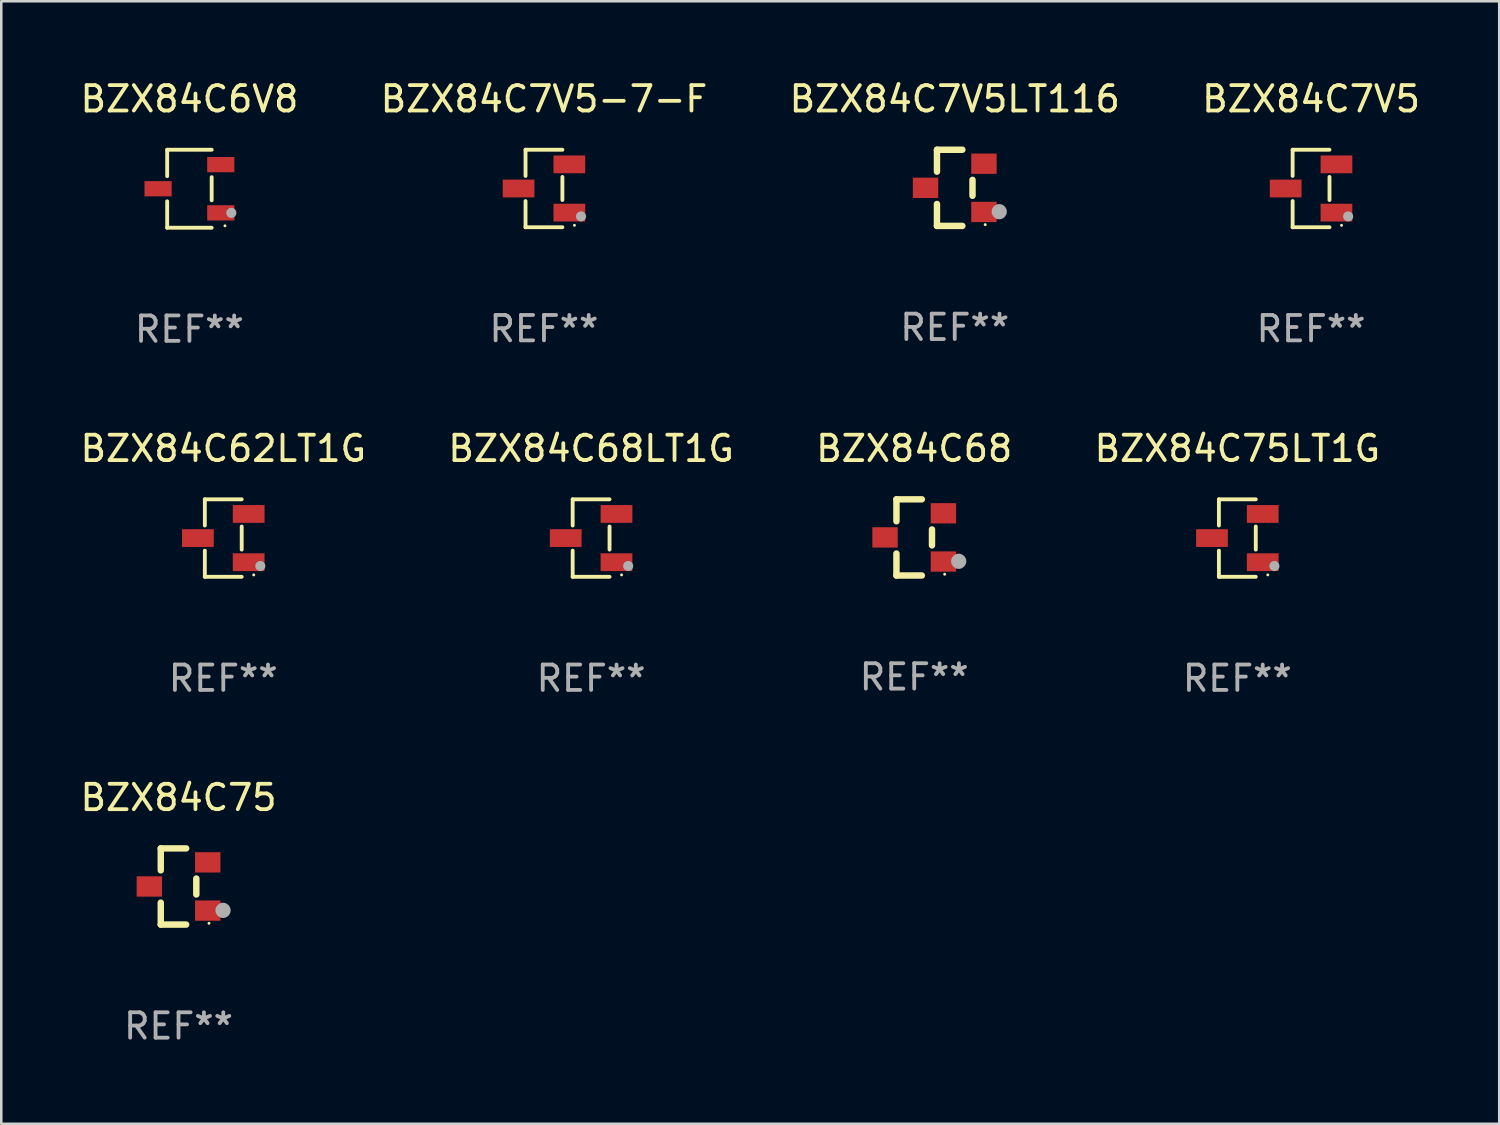
<source format=kicad_pcb>
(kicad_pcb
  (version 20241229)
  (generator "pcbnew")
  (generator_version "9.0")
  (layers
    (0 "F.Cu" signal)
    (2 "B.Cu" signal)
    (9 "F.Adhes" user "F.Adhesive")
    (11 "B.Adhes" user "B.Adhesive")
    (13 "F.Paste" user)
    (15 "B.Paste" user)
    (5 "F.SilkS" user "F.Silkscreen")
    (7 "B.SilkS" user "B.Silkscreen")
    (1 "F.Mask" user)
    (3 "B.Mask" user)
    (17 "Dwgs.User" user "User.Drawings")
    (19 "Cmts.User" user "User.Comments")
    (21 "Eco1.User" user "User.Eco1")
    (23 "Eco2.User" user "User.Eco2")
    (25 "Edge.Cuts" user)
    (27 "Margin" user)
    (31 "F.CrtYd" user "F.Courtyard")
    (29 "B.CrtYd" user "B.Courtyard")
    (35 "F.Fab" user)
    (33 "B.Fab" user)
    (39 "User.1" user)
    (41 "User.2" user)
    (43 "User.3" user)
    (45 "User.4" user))
  (footprint "BZX84C68"
    (layer "F.Cu")
    (at 32.958 18.117)
    (property "Reference" "BZX84C68" (at 0 -3.5 0) (layer "F.SilkS") (effects (font (size 1 1) (thickness 0.15))))
    (attr through_hole)
    (fp_line (start -0.7 -1.5) (end 0.3 -1.5) (stroke (width 0.254) (type solid)) (layer "F.SilkS"))
    (fp_line (start -0.7 -0.636) (end -0.7 -1.5) (stroke (width 0.254) (type solid)) (layer "F.SilkS"))
    (fp_line (start -0.7 1.5) (end -0.7 0.636) (stroke (width 0.254) (type solid)) (layer "F.SilkS"))
    (fp_line (start -0.7 1.5) (end 0.3 1.5) (stroke (width 0.254) (type solid)) (layer "F.SilkS"))
    (fp_line (start 0.7 0.314) (end 0.7 -0.314) (stroke (width 0.254) (type solid)) (layer "F.SilkS"))
    (fp_circle (center 1.2 1.45) (end 1.23 1.45) (stroke (width 0.06) (type solid)) (fill no) (layer "F.SilkS"))
    (fp_circle (center 1.753 0.94) (end 1.903 0.94) (stroke (width 0.3) (type solid)) (fill no) (layer "F.Fab"))
    (fp_text user "REF**" (at 0 5.5 0) (layer "F.Fab") (effects (font (size 1 1) (thickness 0.15))))
    (pad "1" smd rect (at 1.15 0.95 180) (size 1 0.8) (layers "F.Cu" "F.Mask" "F.Paste"))
    (pad "2" smd rect (at 1.15 -0.95 180) (size 1 0.8) (layers "F.Cu" "F.Mask" "F.Paste"))
    (pad "3" smd rect (at -1.15 -0.000051 180) (size 1 0.8) (layers "F.Cu" "F.Mask" "F.Paste")))
  (footprint "BZX84C62LT1G"
    (layer "F.Cu")
    (at 5.744 18.143)
    (property "Reference" "BZX84C62LT1G" (at 0 -3.526 0) (layer "F.SilkS") (effects (font (size 1 1) (thickness 0.15))))
    (attr through_hole)
    (fp_line (start -0.726 -1.526) (end -0.726 -0.495) (stroke (width 0.152) (type solid)) (layer "F.SilkS"))
    (fp_line (start -0.726 1.526) (end -0.726 0.495) (stroke (width 0.152) (type solid)) (layer "F.SilkS"))
    (fp_line (start 0.726 -1.526) (end -0.726 -1.526) (stroke (width 0.152) (type solid)) (layer "F.SilkS"))
    (fp_line (start 0.726 -0.455) (end 0.726 0.455) (stroke (width 0.152) (type solid)) (layer "F.SilkS"))
    (fp_line (start 0.726 1.526) (end -0.726 1.526) (stroke (width 0.152) (type solid)) (layer "F.SilkS"))
    (fp_circle (center 1.2 1.45) (end 1.23 1.45) (stroke (width 0.06) (type solid)) (fill no) (layer "F.SilkS"))
    (fp_circle (center 1.46 1.1) (end 1.56 1.1) (stroke (width 0.2) (type solid)) (fill no) (layer "F.Fab"))
    (fp_text user "REF**" (at 0 5.526 0) (layer "F.Fab") (effects (font (size 1 1) (thickness 0.15))))
    (pad "1" smd rect (at 1 0.95) (size 1.25 0.7) (layers "F.Cu" "F.Mask" "F.Paste"))
    (pad "2" smd rect (at 1 -0.95) (size 1.25 0.7) (layers "F.Cu" "F.Mask" "F.Paste"))
    (pad "3" smd rect (at -1 0) (size 1.25 0.7) (layers "F.Cu" "F.Mask" "F.Paste")))
  (footprint "BZX84C6V8"
    (layer "F.Cu")
    (at 4.411 4.384)
    (property "Reference" "BZX84C6V8" (at 0 -3.536 0) (layer "F.SilkS") (effects (font (size 1 1) (thickness 0.15))))
    (attr through_hole)
    (fp_line (start -0.876 -1.536) (end -0.876 -0.495) (stroke (width 0.152) (type solid)) (layer "F.SilkS"))
    (fp_line (start -0.876 1.536) (end -0.876 0.495) (stroke (width 0.152) (type solid)) (layer "F.SilkS"))
    (fp_line (start 0.876 -1.536) (end -0.876 -1.536) (stroke (width 0.152) (type solid)) (layer "F.SilkS"))
    (fp_line (start 0.876 -0.455) (end 0.876 0.455) (stroke (width 0.152) (type solid)) (layer "F.SilkS"))
    (fp_line (start 0.876 1.536) (end -0.876 1.536) (stroke (width 0.152) (type solid)) (layer "F.SilkS"))
    (fp_circle (center 1.4 1.46) (end 1.43 1.46) (stroke (width 0.06) (type solid)) (fill no) (layer "F.SilkS"))
    (fp_circle (center 1.651 0.95) (end 1.751 0.95) (stroke (width 0.2) (type solid)) (fill no) (layer "F.Fab"))
    (fp_text user "REF**" (at 0 5.536 0) (layer "F.Fab") (effects (font (size 1 1) (thickness 0.15))))
    (pad "1" smd rect (at 1.235 0.95) (size 1.07 0.6) (layers "F.Cu" "F.Mask" "F.Paste"))
    (pad "2" smd rect (at 1.235 -0.95) (size 1.07 0.6) (layers "F.Cu" "F.Mask" "F.Paste"))
    (pad "3" smd rect (at -1.235 0) (size 1.07 0.6) (layers "F.Cu" "F.Mask" "F.Paste")))
  (footprint "BZX84C7V5"
    (layer "F.Cu")
    (at 48.589 4.374)
    (property "Reference" "BZX84C7V5" (at 0 -3.526 0) (layer "F.SilkS") (effects (font (size 1 1) (thickness 0.15))))
    (attr through_hole)
    (fp_line (start -0.726 -1.526) (end -0.726 -0.495) (stroke (width 0.152) (type solid)) (layer "F.SilkS"))
    (fp_line (start -0.726 1.526) (end -0.726 0.495) (stroke (width 0.152) (type solid)) (layer "F.SilkS"))
    (fp_line (start 0.726 -1.526) (end -0.726 -1.526) (stroke (width 0.152) (type solid)) (layer "F.SilkS"))
    (fp_line (start 0.726 -0.455) (end 0.726 0.455) (stroke (width 0.152) (type solid)) (layer "F.SilkS"))
    (fp_line (start 0.726 1.526) (end -0.726 1.526) (stroke (width 0.152) (type solid)) (layer "F.SilkS"))
    (fp_circle (center 1.2 1.45) (end 1.23 1.45) (stroke (width 0.06) (type solid)) (fill no) (layer "F.SilkS"))
    (fp_circle (center 1.46 1.1) (end 1.56 1.1) (stroke (width 0.2) (type solid)) (fill no) (layer "F.Fab"))
    (fp_text user "REF**" (at 0 5.526 0) (layer "F.Fab") (effects (font (size 1 1) (thickness 0.15))))
    (pad "1" smd rect (at 1 0.95) (size 1.25 0.7) (layers "F.Cu" "F.Mask" "F.Paste"))
    (pad "2" smd rect (at 1 -0.95) (size 1.25 0.7) (layers "F.Cu" "F.Mask" "F.Paste"))
    (pad "3" smd rect (at -1 0) (size 1.25 0.7) (layers "F.Cu" "F.Mask" "F.Paste")))
  (footprint "BZX84C75LT1G"
    (layer "F.Cu")
    (at 45.685 18.143)
    (property "Reference" "BZX84C75LT1G" (at 0 -3.526 0) (layer "F.SilkS") (effects (font (size 1 1) (thickness 0.15))))
    (attr through_hole)
    (fp_line (start -0.726 -1.526) (end -0.726 -0.495) (stroke (width 0.152) (type solid)) (layer "F.SilkS"))
    (fp_line (start -0.726 1.526) (end -0.726 0.495) (stroke (width 0.152) (type solid)) (layer "F.SilkS"))
    (fp_line (start 0.726 -1.526) (end -0.726 -1.526) (stroke (width 0.152) (type solid)) (layer "F.SilkS"))
    (fp_line (start 0.726 -0.455) (end 0.726 0.455) (stroke (width 0.152) (type solid)) (layer "F.SilkS"))
    (fp_line (start 0.726 1.526) (end -0.726 1.526) (stroke (width 0.152) (type solid)) (layer "F.SilkS"))
    (fp_circle (center 1.2 1.45) (end 1.23 1.45) (stroke (width 0.06) (type solid)) (fill no) (layer "F.SilkS"))
    (fp_circle (center 1.46 1.1) (end 1.56 1.1) (stroke (width 0.2) (type solid)) (fill no) (layer "F.Fab"))
    (fp_text user "REF**" (at 0 5.526 0) (layer "F.Fab") (effects (font (size 1 1) (thickness 0.15))))
    (pad "1" smd rect (at 1 0.95) (size 1.25 0.7) (layers "F.Cu" "F.Mask" "F.Paste"))
    (pad "2" smd rect (at 1 -0.95) (size 1.25 0.7) (layers "F.Cu" "F.Mask" "F.Paste"))
    (pad "3" smd rect (at -1 0) (size 1.25 0.7) (layers "F.Cu" "F.Mask" "F.Paste")))
  (footprint "BZX84C7V5-7-F"
    (layer "F.Cu")
    (at 18.375 4.374)
    (property "Reference" "BZX84C7V5-7-F" (at 0 -3.526 0) (layer "F.SilkS") (effects (font (size 1 1) (thickness 0.15))))
    (attr through_hole)
    (fp_line (start -0.726 -1.526) (end -0.726 -0.495) (stroke (width 0.152) (type solid)) (layer "F.SilkS"))
    (fp_line (start -0.726 1.526) (end -0.726 0.495) (stroke (width 0.152) (type solid)) (layer "F.SilkS"))
    (fp_line (start 0.726 -1.526) (end -0.726 -1.526) (stroke (width 0.152) (type solid)) (layer "F.SilkS"))
    (fp_line (start 0.726 -0.455) (end 0.726 0.455) (stroke (width 0.152) (type solid)) (layer "F.SilkS"))
    (fp_line (start 0.726 1.526) (end -0.726 1.526) (stroke (width 0.152) (type solid)) (layer "F.SilkS"))
    (fp_circle (center 1.2 1.45) (end 1.23 1.45) (stroke (width 0.06) (type solid)) (fill no) (layer "F.SilkS"))
    (fp_circle (center 1.46 1.1) (end 1.56 1.1) (stroke (width 0.2) (type solid)) (fill no) (layer "F.Fab"))
    (fp_text user "REF**" (at 0 5.526 0) (layer "F.Fab") (effects (font (size 1 1) (thickness 0.15))))
    (pad "1" smd rect (at 1 0.95) (size 1.25 0.7) (layers "F.Cu" "F.Mask" "F.Paste"))
    (pad "2" smd rect (at 1 -0.95) (size 1.25 0.7) (layers "F.Cu" "F.Mask" "F.Paste"))
    (pad "3" smd rect (at -1 0) (size 1.25 0.7) (layers "F.Cu" "F.Mask" "F.Paste")))
  (footprint "BZX84C7V5LT116"
    (layer "F.Cu")
    (at 34.554 4.348)
    (property "Reference" "BZX84C7V5LT116" (at 0 -3.5 0) (layer "F.SilkS") (effects (font (size 1 1) (thickness 0.15))))
    (attr through_hole)
    (fp_line (start -0.7 -1.5) (end 0.3 -1.5) (stroke (width 0.254) (type solid)) (layer "F.SilkS"))
    (fp_line (start -0.7 -0.636) (end -0.7 -1.5) (stroke (width 0.254) (type solid)) (layer "F.SilkS"))
    (fp_line (start -0.7 1.5) (end -0.7 0.636) (stroke (width 0.254) (type solid)) (layer "F.SilkS"))
    (fp_line (start -0.7 1.5) (end 0.3 1.5) (stroke (width 0.254) (type solid)) (layer "F.SilkS"))
    (fp_line (start 0.7 0.314) (end 0.7 -0.314) (stroke (width 0.254) (type solid)) (layer "F.SilkS"))
    (fp_circle (center 1.2 1.45) (end 1.23 1.45) (stroke (width 0.06) (type solid)) (fill no) (layer "F.SilkS"))
    (fp_circle (center 1.753 0.94) (end 1.903 0.94) (stroke (width 0.3) (type solid)) (fill no) (layer "F.Fab"))
    (fp_text user "REF**" (at 0 5.5 0) (layer "F.Fab") (effects (font (size 1 1) (thickness 0.15))))
    (pad "1" smd rect (at 1.15 0.95 180) (size 1 0.8) (layers "F.Cu" "F.Mask" "F.Paste"))
    (pad "2" smd rect (at 1.15 -0.95 180) (size 1 0.8) (layers "F.Cu" "F.Mask" "F.Paste"))
    (pad "3" smd rect (at -1.15 -0.000051 180) (size 1 0.8) (layers "F.Cu" "F.Mask" "F.Paste")))
  (footprint "BZX84C75"
    (layer "F.Cu")
    (at 3.982 31.866)
    (property "Reference" "BZX84C75" (at 0 -3.5 0) (layer "F.SilkS") (effects (font (size 1 1) (thickness 0.15))))
    (attr through_hole)
    (fp_line (start -0.7 -1.5) (end 0.3 -1.5) (stroke (width 0.254) (type solid)) (layer "F.SilkS"))
    (fp_line (start -0.7 -0.636) (end -0.7 -1.5) (stroke (width 0.254) (type solid)) (layer "F.SilkS"))
    (fp_line (start -0.7 1.5) (end -0.7 0.636) (stroke (width 0.254) (type solid)) (layer "F.SilkS"))
    (fp_line (start -0.7 1.5) (end 0.3 1.5) (stroke (width 0.254) (type solid)) (layer "F.SilkS"))
    (fp_line (start 0.7 0.314) (end 0.7 -0.314) (stroke (width 0.254) (type solid)) (layer "F.SilkS"))
    (fp_circle (center 1.2 1.45) (end 1.23 1.45) (stroke (width 0.06) (type solid)) (fill no) (layer "F.SilkS"))
    (fp_circle (center 1.753 0.94) (end 1.903 0.94) (stroke (width 0.3) (type solid)) (fill no) (layer "F.Fab"))
    (fp_text user "REF**" (at 0 5.5 0) (layer "F.Fab") (effects (font (size 1 1) (thickness 0.15))))
    (pad "1" smd rect (at 1.15 0.95 180) (size 1 0.8) (layers "F.Cu" "F.Mask" "F.Paste"))
    (pad "2" smd rect (at 1.15 -0.95 180) (size 1 0.8) (layers "F.Cu" "F.Mask" "F.Paste"))
    (pad "3" smd rect (at -1.15 -0.000051 180) (size 1 0.8) (layers "F.Cu" "F.Mask" "F.Paste")))
  (footprint "BZX84C68LT1G"
    (layer "F.Cu")
    (at 20.232 18.143)
    (property "Reference" "BZX84C68LT1G" (at 0 -3.526 0) (layer "F.SilkS") (effects (font (size 1 1) (thickness 0.15))))
    (attr through_hole)
    (fp_line (start -0.726 -1.526) (end -0.726 -0.495) (stroke (width 0.152) (type solid)) (layer "F.SilkS"))
    (fp_line (start -0.726 1.526) (end -0.726 0.495) (stroke (width 0.152) (type solid)) (layer "F.SilkS"))
    (fp_line (start 0.726 -1.526) (end -0.726 -1.526) (stroke (width 0.152) (type solid)) (layer "F.SilkS"))
    (fp_line (start 0.726 -0.455) (end 0.726 0.455) (stroke (width 0.152) (type solid)) (layer "F.SilkS"))
    (fp_line (start 0.726 1.526) (end -0.726 1.526) (stroke (width 0.152) (type solid)) (layer "F.SilkS"))
    (fp_circle (center 1.2 1.45) (end 1.23 1.45) (stroke (width 0.06) (type solid)) (fill no) (layer "F.SilkS"))
    (fp_circle (center 1.46 1.1) (end 1.56 1.1) (stroke (width 0.2) (type solid)) (fill no) (layer "F.Fab"))
    (fp_text user "REF**" (at 0 5.526 0) (layer "F.Fab") (effects (font (size 1 1) (thickness 0.15))))
    (pad "1" smd rect (at 1 0.95) (size 1.25 0.7) (layers "F.Cu" "F.Mask" "F.Paste"))
    (pad "2" smd rect (at 1 -0.95) (size 1.25 0.7) (layers "F.Cu" "F.Mask" "F.Paste"))
    (pad "3" smd rect (at -1 0) (size 1.25 0.7) (layers "F.Cu" "F.Mask" "F.Paste")))
  (gr_rect
    (start -3 -3)
    (end 56 41.214)
    (stroke (width 0.1) (type default))
    (fill no)
    (layer "Edge.Cuts")))
</source>
